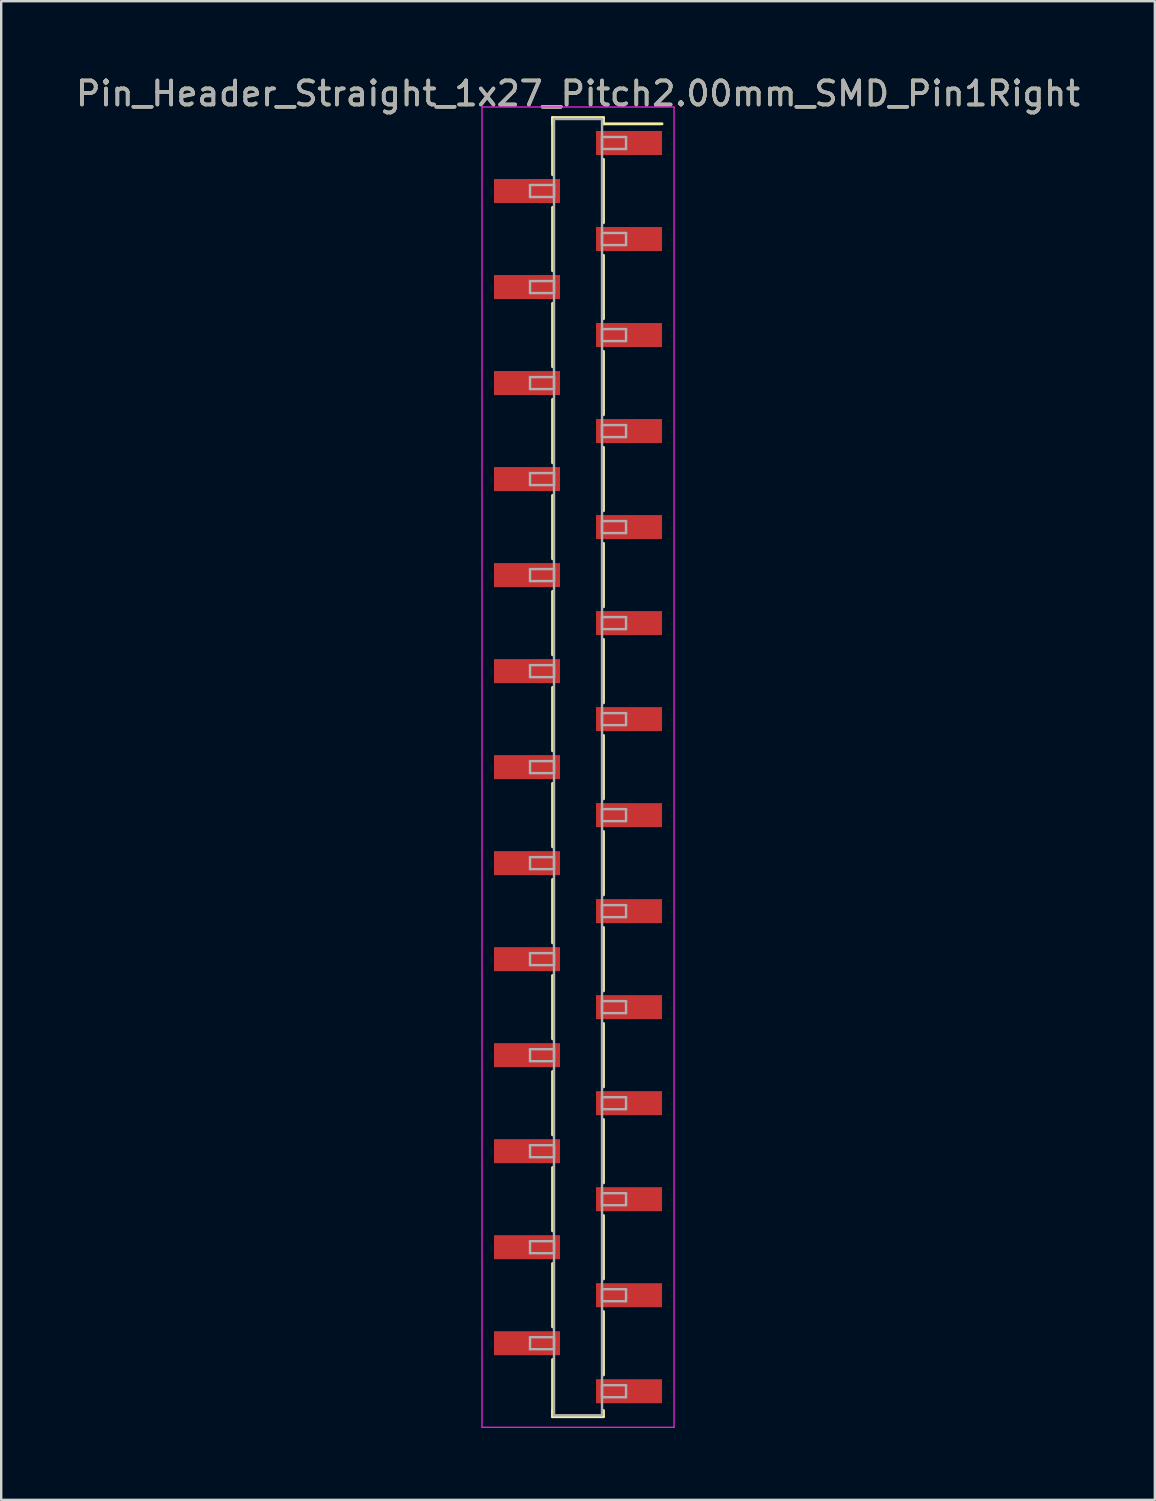
<source format=kicad_pcb>
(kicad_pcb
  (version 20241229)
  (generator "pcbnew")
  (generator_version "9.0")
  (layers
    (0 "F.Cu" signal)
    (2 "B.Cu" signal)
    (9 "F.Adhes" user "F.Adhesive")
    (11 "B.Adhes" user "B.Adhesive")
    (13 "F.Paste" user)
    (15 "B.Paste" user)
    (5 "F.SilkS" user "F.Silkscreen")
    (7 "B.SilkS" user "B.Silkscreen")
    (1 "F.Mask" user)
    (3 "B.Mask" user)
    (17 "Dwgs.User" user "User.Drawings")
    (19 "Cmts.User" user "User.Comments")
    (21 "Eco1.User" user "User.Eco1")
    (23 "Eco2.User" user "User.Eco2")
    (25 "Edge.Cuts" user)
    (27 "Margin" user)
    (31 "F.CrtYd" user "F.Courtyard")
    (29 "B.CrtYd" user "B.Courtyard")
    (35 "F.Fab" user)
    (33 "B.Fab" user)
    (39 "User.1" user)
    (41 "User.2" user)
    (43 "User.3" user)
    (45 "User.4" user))
  (footprint "Pin_Header_Straight_1x27_Pitch2.00mm_SMD_Pin1Right"
    (layer "F.Cu")
    (at 21.03 28.908)
    (property "Reference" "Pin_Header_Straight_1x27_Pitch2.00mm_SMD_Pin1Right" (at 0 -28.06 0) (layer "F.SilkS") (effects (font (size 1 1) (thickness 0.15))))
    (attr smd)
    (fp_line (start -1.06 -27.06) (end -1.06 -24.68) (stroke (width 0.12) (type solid)) (layer "F.SilkS"))
    (fp_line (start -1.06 -27.06) (end 1.06 -27.06) (stroke (width 0.12) (type solid)) (layer "F.SilkS"))
    (fp_line (start -1.06 -26.8) (end -1.06 -27.06) (stroke (width 0.12) (type solid)) (layer "F.SilkS"))
    (fp_line (start -1.06 -23.32) (end -1.06 -20.68) (stroke (width 0.12) (type solid)) (layer "F.SilkS"))
    (fp_line (start -1.06 -19.32) (end -1.06 -16.68) (stroke (width 0.12) (type solid)) (layer "F.SilkS"))
    (fp_line (start -1.06 -15.32) (end -1.06 -12.68) (stroke (width 0.12) (type solid)) (layer "F.SilkS"))
    (fp_line (start -1.06 -11.32) (end -1.06 -8.68) (stroke (width 0.12) (type solid)) (layer "F.SilkS"))
    (fp_line (start -1.06 -7.32) (end -1.06 -4.68) (stroke (width 0.12) (type solid)) (layer "F.SilkS"))
    (fp_line (start -1.06 -3.32) (end -1.06 -0.68) (stroke (width 0.12) (type solid)) (layer "F.SilkS"))
    (fp_line (start -1.06 0.68) (end -1.06 3.32) (stroke (width 0.12) (type solid)) (layer "F.SilkS"))
    (fp_line (start -1.06 4.68) (end -1.06 7.32) (stroke (width 0.12) (type solid)) (layer "F.SilkS"))
    (fp_line (start -1.06 8.68) (end -1.06 11.32) (stroke (width 0.12) (type solid)) (layer "F.SilkS"))
    (fp_line (start -1.06 12.68) (end -1.06 15.32) (stroke (width 0.12) (type solid)) (layer "F.SilkS"))
    (fp_line (start -1.06 16.68) (end -1.06 19.32) (stroke (width 0.12) (type solid)) (layer "F.SilkS"))
    (fp_line (start -1.06 20.68) (end -1.06 23.32) (stroke (width 0.12) (type solid)) (layer "F.SilkS"))
    (fp_line (start -1.06 24.68) (end -1.06 27.06) (stroke (width 0.12) (type solid)) (layer "F.SilkS"))
    (fp_line (start -1.06 26.8) (end -1.06 27.06) (stroke (width 0.12) (type solid)) (layer "F.SilkS"))
    (fp_line (start -1.06 27.06) (end 1.06 27.06) (stroke (width 0.12) (type solid)) (layer "F.SilkS"))
    (fp_line (start 1.06 -27.06) (end 1.06 -26.8) (stroke (width 0.12) (type solid)) (layer "F.SilkS"))
    (fp_line (start 1.06 -26.8) (end 3.5 -26.8) (stroke (width 0.12) (type solid)) (layer "F.SilkS"))
    (fp_line (start 1.06 -25.32) (end 1.06 -22.68) (stroke (width 0.12) (type solid)) (layer "F.SilkS"))
    (fp_line (start 1.06 -21.32) (end 1.06 -18.68) (stroke (width 0.12) (type solid)) (layer "F.SilkS"))
    (fp_line (start 1.06 -17.32) (end 1.06 -14.68) (stroke (width 0.12) (type solid)) (layer "F.SilkS"))
    (fp_line (start 1.06 -13.32) (end 1.06 -10.68) (stroke (width 0.12) (type solid)) (layer "F.SilkS"))
    (fp_line (start 1.06 -9.32) (end 1.06 -6.68) (stroke (width 0.12) (type solid)) (layer "F.SilkS"))
    (fp_line (start 1.06 -5.32) (end 1.06 -2.68) (stroke (width 0.12) (type solid)) (layer "F.SilkS"))
    (fp_line (start 1.06 -1.32) (end 1.06 1.32) (stroke (width 0.12) (type solid)) (layer "F.SilkS"))
    (fp_line (start 1.06 2.68) (end 1.06 5.32) (stroke (width 0.12) (type solid)) (layer "F.SilkS"))
    (fp_line (start 1.06 6.68) (end 1.06 9.32) (stroke (width 0.12) (type solid)) (layer "F.SilkS"))
    (fp_line (start 1.06 10.68) (end 1.06 13.32) (stroke (width 0.12) (type solid)) (layer "F.SilkS"))
    (fp_line (start 1.06 14.68) (end 1.06 17.32) (stroke (width 0.12) (type solid)) (layer "F.SilkS"))
    (fp_line (start 1.06 18.68) (end 1.06 21.32) (stroke (width 0.12) (type solid)) (layer "F.SilkS"))
    (fp_line (start 1.06 22.68) (end 1.06 25.32) (stroke (width 0.12) (type solid)) (layer "F.SilkS"))
    (fp_line (start 1.06 27.06) (end 1.06 26.8) (stroke (width 0.12) (type solid)) (layer "F.SilkS"))
    (fp_line (start -4 -27.5) (end -4 27.5) (stroke (width 0.05) (type solid)) (layer "F.CrtYd"))
    (fp_line (start -4 27.5) (end 4 27.5) (stroke (width 0.05) (type solid)) (layer "F.CrtYd"))
    (fp_line (start 4 -27.5) (end -4 -27.5) (stroke (width 0.05) (type solid)) (layer "F.CrtYd"))
    (fp_line (start 4 27.5) (end 4 -27.5) (stroke (width 0.05) (type solid)) (layer "F.CrtYd"))
    (fp_line (start -2 -24.25) (end -1 -24.25) (stroke (width 0.1) (type solid)) (layer "F.Fab"))
    (fp_line (start -2 -23.75) (end -2 -24.25) (stroke (width 0.1) (type solid)) (layer "F.Fab"))
    (fp_line (start -2 -20.25) (end -1 -20.25) (stroke (width 0.1) (type solid)) (layer "F.Fab"))
    (fp_line (start -2 -19.75) (end -2 -20.25) (stroke (width 0.1) (type solid)) (layer "F.Fab"))
    (fp_line (start -2 -16.25) (end -1 -16.25) (stroke (width 0.1) (type solid)) (layer "F.Fab"))
    (fp_line (start -2 -15.75) (end -2 -16.25) (stroke (width 0.1) (type solid)) (layer "F.Fab"))
    (fp_line (start -2 -12.25) (end -1 -12.25) (stroke (width 0.1) (type solid)) (layer "F.Fab"))
    (fp_line (start -2 -11.75) (end -2 -12.25) (stroke (width 0.1) (type solid)) (layer "F.Fab"))
    (fp_line (start -2 -8.25) (end -1 -8.25) (stroke (width 0.1) (type solid)) (layer "F.Fab"))
    (fp_line (start -2 -7.75) (end -2 -8.25) (stroke (width 0.1) (type solid)) (layer "F.Fab"))
    (fp_line (start -2 -4.25) (end -1 -4.25) (stroke (width 0.1) (type solid)) (layer "F.Fab"))
    (fp_line (start -2 -3.75) (end -2 -4.25) (stroke (width 0.1) (type solid)) (layer "F.Fab"))
    (fp_line (start -2 -0.25) (end -1 -0.25) (stroke (width 0.1) (type solid)) (layer "F.Fab"))
    (fp_line (start -2 0.25) (end -2 -0.25) (stroke (width 0.1) (type solid)) (layer "F.Fab"))
    (fp_line (start -2 3.75) (end -1 3.75) (stroke (width 0.1) (type solid)) (layer "F.Fab"))
    (fp_line (start -2 4.25) (end -2 3.75) (stroke (width 0.1) (type solid)) (layer "F.Fab"))
    (fp_line (start -2 7.75) (end -1 7.75) (stroke (width 0.1) (type solid)) (layer "F.Fab"))
    (fp_line (start -2 8.25) (end -2 7.75) (stroke (width 0.1) (type solid)) (layer "F.Fab"))
    (fp_line (start -2 11.75) (end -1 11.75) (stroke (width 0.1) (type solid)) (layer "F.Fab"))
    (fp_line (start -2 12.25) (end -2 11.75) (stroke (width 0.1) (type solid)) (layer "F.Fab"))
    (fp_line (start -2 15.75) (end -1 15.75) (stroke (width 0.1) (type solid)) (layer "F.Fab"))
    (fp_line (start -2 16.25) (end -2 15.75) (stroke (width 0.1) (type solid)) (layer "F.Fab"))
    (fp_line (start -2 19.75) (end -1 19.75) (stroke (width 0.1) (type solid)) (layer "F.Fab"))
    (fp_line (start -2 20.25) (end -2 19.75) (stroke (width 0.1) (type solid)) (layer "F.Fab"))
    (fp_line (start -2 23.75) (end -1 23.75) (stroke (width 0.1) (type solid)) (layer "F.Fab"))
    (fp_line (start -2 24.25) (end -2 23.75) (stroke (width 0.1) (type solid)) (layer "F.Fab"))
    (fp_line (start -1 -27) (end -1 27) (stroke (width 0.1) (type solid)) (layer "F.Fab"))
    (fp_line (start -1 -24.25) (end -1 -23.75) (stroke (width 0.1) (type solid)) (layer "F.Fab"))
    (fp_line (start -1 -23.75) (end -2 -23.75) (stroke (width 0.1) (type solid)) (layer "F.Fab"))
    (fp_line (start -1 -20.25) (end -1 -19.75) (stroke (width 0.1) (type solid)) (layer "F.Fab"))
    (fp_line (start -1 -19.75) (end -2 -19.75) (stroke (width 0.1) (type solid)) (layer "F.Fab"))
    (fp_line (start -1 -16.25) (end -1 -15.75) (stroke (width 0.1) (type solid)) (layer "F.Fab"))
    (fp_line (start -1 -15.75) (end -2 -15.75) (stroke (width 0.1) (type solid)) (layer "F.Fab"))
    (fp_line (start -1 -12.25) (end -1 -11.75) (stroke (width 0.1) (type solid)) (layer "F.Fab"))
    (fp_line (start -1 -11.75) (end -2 -11.75) (stroke (width 0.1) (type solid)) (layer "F.Fab"))
    (fp_line (start -1 -8.25) (end -1 -7.75) (stroke (width 0.1) (type solid)) (layer "F.Fab"))
    (fp_line (start -1 -7.75) (end -2 -7.75) (stroke (width 0.1) (type solid)) (layer "F.Fab"))
    (fp_line (start -1 -4.25) (end -1 -3.75) (stroke (width 0.1) (type solid)) (layer "F.Fab"))
    (fp_line (start -1 -3.75) (end -2 -3.75) (stroke (width 0.1) (type solid)) (layer "F.Fab"))
    (fp_line (start -1 -0.25) (end -1 0.25) (stroke (width 0.1) (type solid)) (layer "F.Fab"))
    (fp_line (start -1 0.25) (end -2 0.25) (stroke (width 0.1) (type solid)) (layer "F.Fab"))
    (fp_line (start -1 3.75) (end -1 4.25) (stroke (width 0.1) (type solid)) (layer "F.Fab"))
    (fp_line (start -1 4.25) (end -2 4.25) (stroke (width 0.1) (type solid)) (layer "F.Fab"))
    (fp_line (start -1 7.75) (end -1 8.25) (stroke (width 0.1) (type solid)) (layer "F.Fab"))
    (fp_line (start -1 8.25) (end -2 8.25) (stroke (width 0.1) (type solid)) (layer "F.Fab"))
    (fp_line (start -1 11.75) (end -1 12.25) (stroke (width 0.1) (type solid)) (layer "F.Fab"))
    (fp_line (start -1 12.25) (end -2 12.25) (stroke (width 0.1) (type solid)) (layer "F.Fab"))
    (fp_line (start -1 15.75) (end -1 16.25) (stroke (width 0.1) (type solid)) (layer "F.Fab"))
    (fp_line (start -1 16.25) (end -2 16.25) (stroke (width 0.1) (type solid)) (layer "F.Fab"))
    (fp_line (start -1 19.75) (end -1 20.25) (stroke (width 0.1) (type solid)) (layer "F.Fab"))
    (fp_line (start -1 20.25) (end -2 20.25) (stroke (width 0.1) (type solid)) (layer "F.Fab"))
    (fp_line (start -1 23.75) (end -1 24.25) (stroke (width 0.1) (type solid)) (layer "F.Fab"))
    (fp_line (start -1 24.25) (end -2 24.25) (stroke (width 0.1) (type solid)) (layer "F.Fab"))
    (fp_line (start -1 27) (end 1 27) (stroke (width 0.1) (type solid)) (layer "F.Fab"))
    (fp_line (start 1 -27) (end -1 -27) (stroke (width 0.1) (type solid)) (layer "F.Fab"))
    (fp_line (start 1 -26.25) (end 1 -25.75) (stroke (width 0.1) (type solid)) (layer "F.Fab"))
    (fp_line (start 1 -25.75) (end 2 -25.75) (stroke (width 0.1) (type solid)) (layer "F.Fab"))
    (fp_line (start 1 -22.25) (end 1 -21.75) (stroke (width 0.1) (type solid)) (layer "F.Fab"))
    (fp_line (start 1 -21.75) (end 2 -21.75) (stroke (width 0.1) (type solid)) (layer "F.Fab"))
    (fp_line (start 1 -18.25) (end 1 -17.75) (stroke (width 0.1) (type solid)) (layer "F.Fab"))
    (fp_line (start 1 -17.75) (end 2 -17.75) (stroke (width 0.1) (type solid)) (layer "F.Fab"))
    (fp_line (start 1 -14.25) (end 1 -13.75) (stroke (width 0.1) (type solid)) (layer "F.Fab"))
    (fp_line (start 1 -13.75) (end 2 -13.75) (stroke (width 0.1) (type solid)) (layer "F.Fab"))
    (fp_line (start 1 -10.25) (end 1 -9.75) (stroke (width 0.1) (type solid)) (layer "F.Fab"))
    (fp_line (start 1 -9.75) (end 2 -9.75) (stroke (width 0.1) (type solid)) (layer "F.Fab"))
    (fp_line (start 1 -6.25) (end 1 -5.75) (stroke (width 0.1) (type solid)) (layer "F.Fab"))
    (fp_line (start 1 -5.75) (end 2 -5.75) (stroke (width 0.1) (type solid)) (layer "F.Fab"))
    (fp_line (start 1 -2.25) (end 1 -1.75) (stroke (width 0.1) (type solid)) (layer "F.Fab"))
    (fp_line (start 1 -1.75) (end 2 -1.75) (stroke (width 0.1) (type solid)) (layer "F.Fab"))
    (fp_line (start 1 1.75) (end 1 2.25) (stroke (width 0.1) (type solid)) (layer "F.Fab"))
    (fp_line (start 1 2.25) (end 2 2.25) (stroke (width 0.1) (type solid)) (layer "F.Fab"))
    (fp_line (start 1 5.75) (end 1 6.25) (stroke (width 0.1) (type solid)) (layer "F.Fab"))
    (fp_line (start 1 6.25) (end 2 6.25) (stroke (width 0.1) (type solid)) (layer "F.Fab"))
    (fp_line (start 1 9.75) (end 1 10.25) (stroke (width 0.1) (type solid)) (layer "F.Fab"))
    (fp_line (start 1 10.25) (end 2 10.25) (stroke (width 0.1) (type solid)) (layer "F.Fab"))
    (fp_line (start 1 13.75) (end 1 14.25) (stroke (width 0.1) (type solid)) (layer "F.Fab"))
    (fp_line (start 1 14.25) (end 2 14.25) (stroke (width 0.1) (type solid)) (layer "F.Fab"))
    (fp_line (start 1 17.75) (end 1 18.25) (stroke (width 0.1) (type solid)) (layer "F.Fab"))
    (fp_line (start 1 18.25) (end 2 18.25) (stroke (width 0.1) (type solid)) (layer "F.Fab"))
    (fp_line (start 1 21.75) (end 1 22.25) (stroke (width 0.1) (type solid)) (layer "F.Fab"))
    (fp_line (start 1 22.25) (end 2 22.25) (stroke (width 0.1) (type solid)) (layer "F.Fab"))
    (fp_line (start 1 25.75) (end 1 26.25) (stroke (width 0.1) (type solid)) (layer "F.Fab"))
    (fp_line (start 1 26.25) (end 2 26.25) (stroke (width 0.1) (type solid)) (layer "F.Fab"))
    (fp_line (start 1 27) (end 1 -27) (stroke (width 0.1) (type solid)) (layer "F.Fab"))
    (fp_line (start 2 -26.25) (end 1 -26.25) (stroke (width 0.1) (type solid)) (layer "F.Fab"))
    (fp_line (start 2 -25.75) (end 2 -26.25) (stroke (width 0.1) (type solid)) (layer "F.Fab"))
    (fp_line (start 2 -22.25) (end 1 -22.25) (stroke (width 0.1) (type solid)) (layer "F.Fab"))
    (fp_line (start 2 -21.75) (end 2 -22.25) (stroke (width 0.1) (type solid)) (layer "F.Fab"))
    (fp_line (start 2 -18.25) (end 1 -18.25) (stroke (width 0.1) (type solid)) (layer "F.Fab"))
    (fp_line (start 2 -17.75) (end 2 -18.25) (stroke (width 0.1) (type solid)) (layer "F.Fab"))
    (fp_line (start 2 -14.25) (end 1 -14.25) (stroke (width 0.1) (type solid)) (layer "F.Fab"))
    (fp_line (start 2 -13.75) (end 2 -14.25) (stroke (width 0.1) (type solid)) (layer "F.Fab"))
    (fp_line (start 2 -10.25) (end 1 -10.25) (stroke (width 0.1) (type solid)) (layer "F.Fab"))
    (fp_line (start 2 -9.75) (end 2 -10.25) (stroke (width 0.1) (type solid)) (layer "F.Fab"))
    (fp_line (start 2 -6.25) (end 1 -6.25) (stroke (width 0.1) (type solid)) (layer "F.Fab"))
    (fp_line (start 2 -5.75) (end 2 -6.25) (stroke (width 0.1) (type solid)) (layer "F.Fab"))
    (fp_line (start 2 -2.25) (end 1 -2.25) (stroke (width 0.1) (type solid)) (layer "F.Fab"))
    (fp_line (start 2 -1.75) (end 2 -2.25) (stroke (width 0.1) (type solid)) (layer "F.Fab"))
    (fp_line (start 2 1.75) (end 1 1.75) (stroke (width 0.1) (type solid)) (layer "F.Fab"))
    (fp_line (start 2 2.25) (end 2 1.75) (stroke (width 0.1) (type solid)) (layer "F.Fab"))
    (fp_line (start 2 5.75) (end 1 5.75) (stroke (width 0.1) (type solid)) (layer "F.Fab"))
    (fp_line (start 2 6.25) (end 2 5.75) (stroke (width 0.1) (type solid)) (layer "F.Fab"))
    (fp_line (start 2 9.75) (end 1 9.75) (stroke (width 0.1) (type solid)) (layer "F.Fab"))
    (fp_line (start 2 10.25) (end 2 9.75) (stroke (width 0.1) (type solid)) (layer "F.Fab"))
    (fp_line (start 2 13.75) (end 1 13.75) (stroke (width 0.1) (type solid)) (layer "F.Fab"))
    (fp_line (start 2 14.25) (end 2 13.75) (stroke (width 0.1) (type solid)) (layer "F.Fab"))
    (fp_line (start 2 17.75) (end 1 17.75) (stroke (width 0.1) (type solid)) (layer "F.Fab"))
    (fp_line (start 2 18.25) (end 2 17.75) (stroke (width 0.1) (type solid)) (layer "F.Fab"))
    (fp_line (start 2 21.75) (end 1 21.75) (stroke (width 0.1) (type solid)) (layer "F.Fab"))
    (fp_line (start 2 22.25) (end 2 21.75) (stroke (width 0.1) (type solid)) (layer "F.Fab"))
    (fp_line (start 2 25.75) (end 1 25.75) (stroke (width 0.1) (type solid)) (layer "F.Fab"))
    (fp_line (start 2 26.25) (end 2 25.75) (stroke (width 0.1) (type solid)) (layer "F.Fab"))
    (fp_text user "${REFERENCE}" (at 0 -28.06 0) (layer "F.Fab") (effects (font (size 1 1) (thickness 0.15))))
    (pad "1" smd rect (at 2.125 -26) (size 2.75 1) (layers "F.Cu" "F.Mask" "F.Paste"))
    (pad "2" smd rect (at -2.125 -24) (size 2.75 1) (layers "F.Cu" "F.Mask" "F.Paste"))
    (pad "3" smd rect (at 2.125 -22) (size 2.75 1) (layers "F.Cu" "F.Mask" "F.Paste"))
    (pad "4" smd rect (at -2.125 -20) (size 2.75 1) (layers "F.Cu" "F.Mask" "F.Paste"))
    (pad "5" smd rect (at 2.125 -18) (size 2.75 1) (layers "F.Cu" "F.Mask" "F.Paste"))
    (pad "6" smd rect (at -2.125 -16) (size 2.75 1) (layers "F.Cu" "F.Mask" "F.Paste"))
    (pad "7" smd rect (at 2.125 -14) (size 2.75 1) (layers "F.Cu" "F.Mask" "F.Paste"))
    (pad "8" smd rect (at -2.125 -12) (size 2.75 1) (layers "F.Cu" "F.Mask" "F.Paste"))
    (pad "9" smd rect (at 2.125 -10) (size 2.75 1) (layers "F.Cu" "F.Mask" "F.Paste"))
    (pad "10" smd rect (at -2.125 -8) (size 2.75 1) (layers "F.Cu" "F.Mask" "F.Paste"))
    (pad "11" smd rect (at 2.125 -6) (size 2.75 1) (layers "F.Cu" "F.Mask" "F.Paste"))
    (pad "12" smd rect (at -2.125 -4) (size 2.75 1) (layers "F.Cu" "F.Mask" "F.Paste"))
    (pad "13" smd rect (at 2.125 -2) (size 2.75 1) (layers "F.Cu" "F.Mask" "F.Paste"))
    (pad "14" smd rect (at -2.125 0) (size 2.75 1) (layers "F.Cu" "F.Mask" "F.Paste"))
    (pad "15" smd rect (at 2.125 2) (size 2.75 1) (layers "F.Cu" "F.Mask" "F.Paste"))
    (pad "16" smd rect (at -2.125 4) (size 2.75 1) (layers "F.Cu" "F.Mask" "F.Paste"))
    (pad "17" smd rect (at 2.125 6) (size 2.75 1) (layers "F.Cu" "F.Mask" "F.Paste"))
    (pad "18" smd rect (at -2.125 8) (size 2.75 1) (layers "F.Cu" "F.Mask" "F.Paste"))
    (pad "19" smd rect (at 2.125 10) (size 2.75 1) (layers "F.Cu" "F.Mask" "F.Paste"))
    (pad "20" smd rect (at -2.125 12) (size 2.75 1) (layers "F.Cu" "F.Mask" "F.Paste"))
    (pad "21" smd rect (at 2.125 14) (size 2.75 1) (layers "F.Cu" "F.Mask" "F.Paste"))
    (pad "22" smd rect (at -2.125 16) (size 2.75 1) (layers "F.Cu" "F.Mask" "F.Paste"))
    (pad "23" smd rect (at 2.125 18) (size 2.75 1) (layers "F.Cu" "F.Mask" "F.Paste"))
    (pad "24" smd rect (at -2.125 20) (size 2.75 1) (layers "F.Cu" "F.Mask" "F.Paste"))
    (pad "25" smd rect (at 2.125 22) (size 2.75 1) (layers "F.Cu" "F.Mask" "F.Paste"))
    (pad "26" smd rect (at -2.125 24) (size 2.75 1) (layers "F.Cu" "F.Mask" "F.Paste"))
    (pad "27" smd rect (at 2.125 26) (size 2.75 1) (layers "F.Cu" "F.Mask" "F.Paste")))
  (gr_rect
    (start -3 -3)
    (end 45.06 59.433)
    (stroke (width 0.1) (type default))
    (fill no)
    (layer "Edge.Cuts")))
</source>
